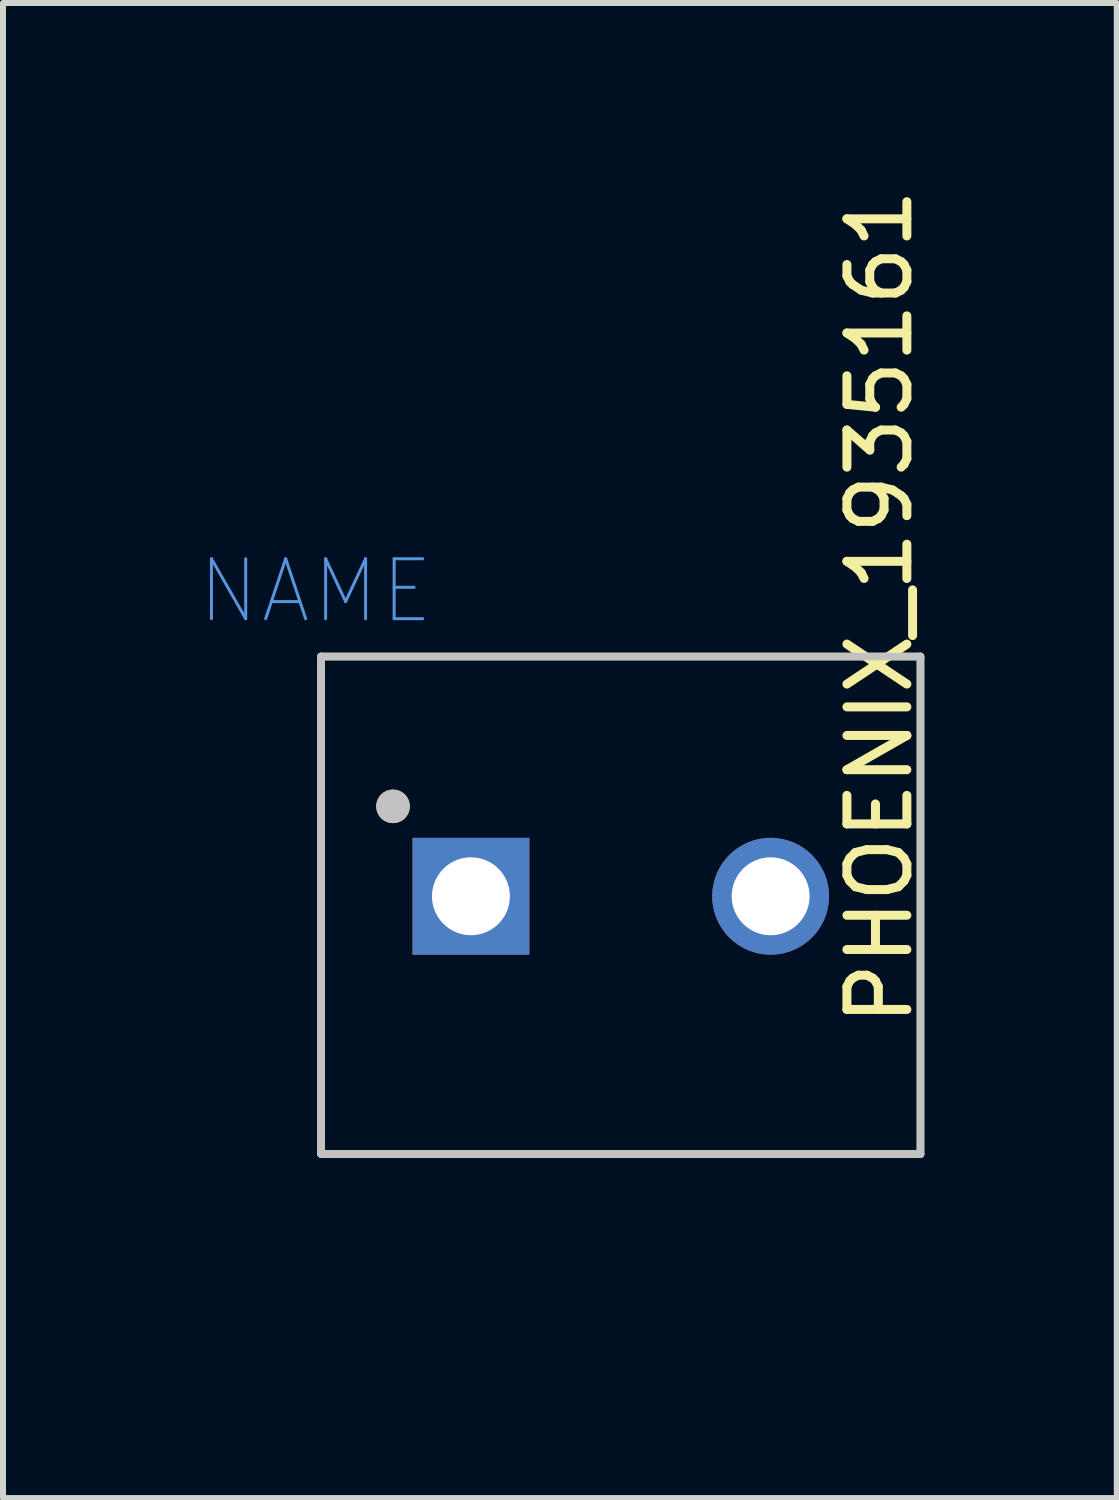
<source format=kicad_pcb>
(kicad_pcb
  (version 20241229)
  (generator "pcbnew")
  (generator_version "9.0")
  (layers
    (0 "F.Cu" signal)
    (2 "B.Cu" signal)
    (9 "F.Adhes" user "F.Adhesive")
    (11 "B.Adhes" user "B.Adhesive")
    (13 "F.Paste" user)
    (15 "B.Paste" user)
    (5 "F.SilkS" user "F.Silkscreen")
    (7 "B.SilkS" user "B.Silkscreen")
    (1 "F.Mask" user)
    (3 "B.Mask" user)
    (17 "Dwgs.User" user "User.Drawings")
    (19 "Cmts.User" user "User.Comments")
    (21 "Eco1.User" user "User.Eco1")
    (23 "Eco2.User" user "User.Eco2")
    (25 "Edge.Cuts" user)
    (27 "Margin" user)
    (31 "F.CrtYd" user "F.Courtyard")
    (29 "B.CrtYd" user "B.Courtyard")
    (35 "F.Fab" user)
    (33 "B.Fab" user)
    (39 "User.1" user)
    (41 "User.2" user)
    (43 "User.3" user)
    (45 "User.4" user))
  (footprint "PHOENIX_1935161"
    (layer "F.Cu")
    (at 7.307 11.903)
    (property "Reference" "PHOENIX_1935161" (at 4.318 -4.826 90) (layer "F.SilkS") (effects (font (size 1 1) (thickness 0.15))))
    (attr through_hole)
    (fp_line (start -5 -4) (end 5 -4) (stroke (width 0.127) (type solid)) (layer "F.SilkS"))
    (fp_line (start -5 4.3) (end -5 -4) (stroke (width 0.127) (type solid)) (layer "F.SilkS"))
    (fp_line (start 5 -4) (end 5 4.3) (stroke (width 0.127) (type solid)) (layer "F.SilkS"))
    (fp_line (start 5 4.3) (end -5 4.3) (stroke (width 0.127) (type solid)) (layer "F.SilkS"))
    (fp_circle (center -3.8 -1.5) (end -3.66 -1.5) (stroke (width 0.28) (type solid)) (fill no) (layer "F.SilkS"))
    (fp_line (start -5 -4) (end 5 -4) (stroke (width 0.127) (type solid)) (layer "Dwgs.User"))
    (fp_line (start -5 4.3) (end -5 -4) (stroke (width 0.127) (type solid)) (layer "Dwgs.User"))
    (fp_line (start 5 -4) (end 5 4.3) (stroke (width 0.127) (type solid)) (layer "Dwgs.User"))
    (fp_line (start 5 4.3) (end -5 4.3) (stroke (width 0.127) (type solid)) (layer "Dwgs.User"))
    (fp_circle (center -3.8 -1.5) (end -3.66 -1.5) (stroke (width 0.28) (type solid)) (fill no) (layer "Dwgs.User"))
    (fp_line (start -5.25 -4.25) (end 5.25 -4.25) (stroke (width 0.05) (type solid)) (layer "Eco1.User"))
    (fp_line (start -5.25 4.55) (end -5.25 -4.25) (stroke (width 0.05) (type solid)) (layer "Eco1.User"))
    (fp_line (start 5.25 -4.25) (end 5.25 4.55) (stroke (width 0.05) (type solid)) (layer "Eco1.User"))
    (fp_line (start 5.25 4.55) (end -5.25 4.55) (stroke (width 0.05) (type solid)) (layer "Eco1.User"))
    (fp_text user "NAME" (at -5.091 -5.091 0) (layer "Cmts.User") (effects (font (size 1 1) (thickness 0.05))))
    (fp_text user "VALUE" (at -5.093 6.367 0) (layer "Eco2.User") (effects (font (size 1 1) (thickness 0.05))))
    (pad "1" thru_hole rect (at -2.5 0) (size 1.95 1.95) (drill 1.3) (layers "*.Cu" "*.Mask"))
    (pad "2" thru_hole circle (at 2.5 0) (size 1.95 1.95) (drill 1.3) (layers "*.Cu" "*.Mask")))
  (gr_rect
    (start -3 -3)
    (end 15.582 21.943)
    (stroke (width 0.1) (type default))
    (fill no)
    (layer "Edge.Cuts")))
</source>
